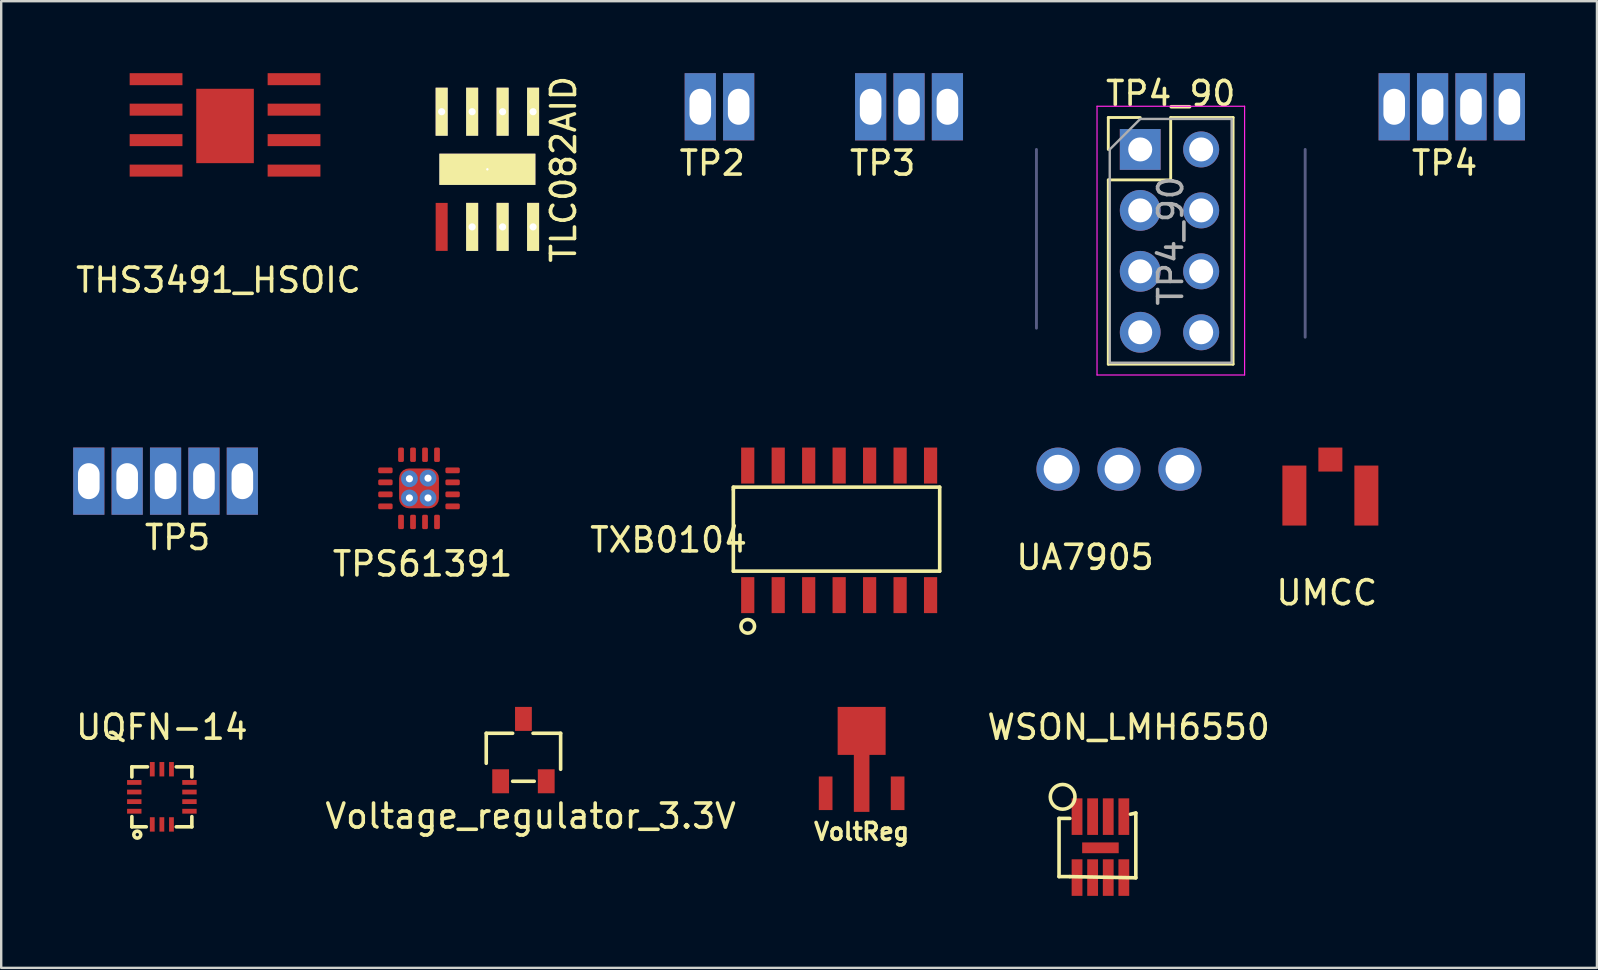
<source format=kicad_pcb>
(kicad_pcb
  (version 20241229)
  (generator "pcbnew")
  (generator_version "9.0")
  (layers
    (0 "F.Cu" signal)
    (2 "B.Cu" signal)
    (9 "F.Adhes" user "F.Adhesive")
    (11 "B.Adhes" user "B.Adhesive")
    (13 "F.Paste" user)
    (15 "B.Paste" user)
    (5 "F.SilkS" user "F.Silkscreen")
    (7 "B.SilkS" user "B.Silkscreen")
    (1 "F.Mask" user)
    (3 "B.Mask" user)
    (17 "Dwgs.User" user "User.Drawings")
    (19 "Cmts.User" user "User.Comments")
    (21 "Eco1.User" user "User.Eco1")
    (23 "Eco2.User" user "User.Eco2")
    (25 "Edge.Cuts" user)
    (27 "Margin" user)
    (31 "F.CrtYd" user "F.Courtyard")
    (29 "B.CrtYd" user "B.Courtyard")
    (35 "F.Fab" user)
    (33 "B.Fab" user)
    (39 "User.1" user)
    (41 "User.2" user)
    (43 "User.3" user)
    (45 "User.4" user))
  (footprint "WSON_LMH6550"
    (layer "F.Cu")
    (at 43.987 26.759)
    (property "Reference" "WSON_LMH6550" (at 0 0.5 0) (layer "F.SilkS") (effects (font (size 1 1) (thickness 0.15))))
    (attr through_hole)
    (fp_line (start -2.9 4.3) (end -2.9 6.725) (stroke (width 0.15) (type solid)) (layer "F.SilkS"))
    (fp_line (start -2.9 6.725) (end -2.45 6.725) (stroke (width 0.15) (type solid)) (layer "F.SilkS"))
    (fp_line (start -2.45 4.3) (end -2.9 4.3) (stroke (width 0.15) (type solid)) (layer "F.SilkS"))
    (fp_line (start -2.45 6.725) (end 0.3 6.775) (stroke (width 0.15) (type solid)) (layer "F.SilkS"))
    (fp_line (start 0.3 4.075) (end 0.075 4.125) (stroke (width 0.15) (type solid)) (layer "F.SilkS"))
    (fp_line (start 0.3 6.775) (end 0.3 4.075) (stroke (width 0.15) (type solid)) (layer "F.SilkS"))
    (fp_circle (center -2.75 3.4) (end -2.5 2.95) (stroke (width 0.15) (type solid)) (fill no) (layer "F.SilkS"))
    (pad "1" smd rect (at -2.15 4.225) (size 0.45 1.524) (layers "F.Cu" "F.Mask" "F.Paste"))
    (pad "2" smd rect (at -1.5 4.225) (size 0.45 1.524) (layers "F.Cu" "F.Mask" "F.Paste"))
    (pad "3" smd rect (at -0.85 4.225) (size 0.45 1.524) (layers "F.Cu" "F.Mask" "F.Paste"))
    (pad "4" smd rect (at -0.2 4.225) (size 0.45 1.524) (layers "F.Cu" "F.Mask" "F.Paste"))
    (pad "5" smd rect (at -0.2 6.765) (size 0.45 1.524) (layers "F.Cu" "F.Mask" "F.Paste"))
    (pad "6" smd rect (at -0.85 6.765) (size 0.45 1.524) (layers "F.Cu" "F.Mask" "F.Paste"))
    (pad "7" smd rect (at -1.5 6.765) (size 0.45 1.524) (layers "F.Cu" "F.Mask" "F.Paste"))
    (pad "8" smd rect (at -2.15 6.765) (size 0.45 1.524) (layers "F.Cu" "F.Mask" "F.Paste"))
    (pad "9" smd rect (at -1.175 5.525 90) (size 0.45 1.524) (layers "F.Cu" "F.Mask" "F.Paste")))
  (footprint "UQFN-14"
    (layer "F.Cu")
    (at 3.696 30.159)
    (property "Reference" "UQFN-14" (at 0 -2.9 0) (layer "F.SilkS") (effects (font (size 1 1) (thickness 0.15))))
    (attr smd)
    (fp_line (start -1.25 -1.25) (end -1.25 -0.825) (stroke (width 0.15) (type solid)) (layer "F.SilkS"))
    (fp_line (start -1.25 0.825) (end -1.25 1.25) (stroke (width 0.15) (type solid)) (layer "F.SilkS"))
    (fp_line (start -1.25 1.25) (end -0.65 1.25) (stroke (width 0.15) (type solid)) (layer "F.SilkS"))
    (fp_line (start -0.6 -1.25) (end -1.25 -1.25) (stroke (width 0.15) (type solid)) (layer "F.SilkS"))
    (fp_line (start 0.6 1.25) (end 1.25 1.25) (stroke (width 0.15) (type solid)) (layer "F.SilkS"))
    (fp_line (start 1.25 -1.25) (end 0.6 -1.25) (stroke (width 0.15) (type solid)) (layer "F.SilkS"))
    (fp_line (start 1.25 -0.825) (end 1.25 -1.25) (stroke (width 0.15) (type solid)) (layer "F.SilkS"))
    (fp_line (start 1.25 1.25) (end 1.25 0.825) (stroke (width 0.15) (type solid)) (layer "F.SilkS"))
    (fp_circle (center -1.025 1.575) (end -0.9 1.5) (stroke (width 0.15) (type solid)) (fill no) (layer "F.SilkS"))
    (pad "1" smd rect (at -0.4 1.15 90) (size 0.6 0.2) (layers "F.Cu" "F.Mask" "F.Paste"))
    (pad "2" smd rect (at 0 1.15 90) (size 0.6 0.2) (layers "F.Cu" "F.Mask" "F.Paste"))
    (pad "3" smd rect (at 0.4 1.15 90) (size 0.6 0.2) (layers "F.Cu" "F.Mask" "F.Paste"))
    (pad "4" smd rect (at 1.15 0.6) (size 0.6 0.2) (layers "F.Cu" "F.Mask" "F.Paste"))
    (pad "5" smd rect (at 1.15 0.2) (size 0.6 0.2) (layers "F.Cu" "F.Mask" "F.Paste"))
    (pad "6" smd rect (at 1.15 -0.2) (size 0.6 0.2) (layers "F.Cu" "F.Mask" "F.Paste"))
    (pad "7" smd rect (at 1.15 -0.6) (size 0.6 0.2) (layers "F.Cu" "F.Mask" "F.Paste"))
    (pad "8" smd rect (at 0.4 -1.15 90) (size 0.6 0.2) (layers "F.Cu" "F.Mask" "F.Paste"))
    (pad "9" smd rect (at 0 -1.15 90) (size 0.6 0.2) (layers "F.Cu" "F.Mask" "F.Paste"))
    (pad "10" smd rect (at -0.4 -1.15 90) (size 0.6 0.2) (layers "F.Cu" "F.Mask" "F.Paste"))
    (pad "11" smd rect (at -1.15 -0.6) (size 0.6 0.2) (layers "F.Cu" "F.Mask" "F.Paste"))
    (pad "12" smd rect (at -1.15 -0.2) (size 0.6 0.2) (layers "F.Cu" "F.Mask" "F.Paste"))
    (pad "13" smd rect (at -1.15 0.2) (size 0.6 0.2) (layers "F.Cu" "F.Mask" "F.Paste"))
    (pad "14" smd rect (at -1.15 0.6) (size 0.6 0.2) (layers "F.Cu" "F.Mask" "F.Paste")))
  (footprint "VoltReg"
    (layer "F.Cu")
    (at 32.86 30.011)
    (property "Reference" "VoltReg" (at 0 1.6 0) (layer "F.SilkS") (effects (font (size 0.7 0.7) (thickness 0.15))))
    (attr through_hole)
    (pad "1" smd rect (at 1.5 0) (size 0.57 1.4) (layers "F.Cu" "F.Mask" "F.Paste"))
    (pad "2" smd rect (at 0 -2.6) (size 2 2) (layers "F.Cu" "F.Mask" "F.Paste"))
    (pad "2" smd rect (at 0 -1.4) (size 0.65 4.35) (layers "F.Cu" "F.Mask" "F.Paste"))
    (pad "3" smd rect (at -1.5 0) (size 0.57 1.4) (layers "F.Cu" "F.Mask" "F.Paste")))
  (footprint "TP4"
    (layer "F.Cu")
    (at 55.055 0.65)
    (property "Reference" "TP4" (at 2.1 3.1 0) (layer "F.SilkS") (effects (font (size 1 1) (thickness 0.15))))
    (attr through_hole)
    (pad "1" thru_hole rect (at 4.8 0.75 90) (size 2.8 1.3) (drill oval 1.5 0.9) (layers "*.Cu" "*.Mask"))
    (pad "2" thru_hole rect (at 3.2 0.75 90) (size 2.8 1.3) (drill oval 1.5 0.9) (layers "*.Cu" "*.Mask"))
    (pad "3" thru_hole rect (at 1.6 0.75 90) (size 2.8 1.3) (drill oval 1.5 0.9) (layers "*.Cu" "*.Mask"))
    (pad "4" thru_hole rect (at 0 0.75 90) (size 2.8 1.3) (drill oval 1.5 0.9) (layers "*.Cu" "*.Mask")))
  (footprint "Voltage_regulator_3.3V"
    (layer "F.Cu")
    (at 17.815 29.511)
    (property "Reference" "Voltage_regulator_3.3V" (at 1.25 1.45 0) (layer "F.SilkS") (effects (font (size 1 1) (thickness 0.15))))
    (attr through_hole)
    (fp_line (start -0.6 -2) (end -0.6 -0.75) (stroke (width 0.15) (type solid)) (layer "F.SilkS"))
    (fp_line (start 0.5 -2) (end -0.6 -2) (stroke (width 0.15) (type solid)) (layer "F.SilkS"))
    (fp_line (start 0.5 0) (end 1.4 0) (stroke (width 0.15) (type solid)) (layer "F.SilkS"))
    (fp_line (start 1.35 -2) (end 2.5 -2) (stroke (width 0.15) (type solid)) (layer "F.SilkS"))
    (fp_line (start 2.5 -2) (end 2.5 -0.5) (stroke (width 0.15) (type solid)) (layer "F.SilkS"))
    (pad "1" smd rect (at 1.9 0) (size 0.7 1) (layers "F.Cu" "F.Mask" "F.Paste"))
    (pad "2" smd rect (at 0 0) (size 0.7 1) (layers "F.Cu" "F.Mask" "F.Paste"))
    (pad "3" smd rect (at 0.95 -2.6) (size 0.7 1) (layers "F.Cu" "F.Mask" "F.Paste")))
  (footprint "TP2"
    (layer "F.Cu")
    (at 24.535 0.65)
    (property "Reference" "TP2" (at 2.1 3.1 0) (layer "F.SilkS") (effects (font (size 1 1) (thickness 0.15))))
    (attr through_hole)
    (pad "1" thru_hole rect (at 3.2 0.75 90) (size 2.8 1.3) (drill oval 1.5 0.9) (layers "*.Cu" "*.Mask"))
    (pad "2" thru_hole rect (at 1.6 0.75 90) (size 2.8 1.3) (drill oval 1.5 0.9) (layers "*.Cu" "*.Mask")))
  (footprint "UA7905"
    (layer "F.Cu")
    (at 42.22 16.928)
    (property "Reference" "UA7905" (at -0.05 3.25 0) (layer "F.SilkS") (effects (font (size 1 1) (thickness 0.15))))
    (attr through_hole)
    (pad "1" thru_hole circle (at -1.175 -0.425) (size 1.8 1.8) (drill 1.2) (layers "*.Cu" "*.Mask"))
    (pad "2" thru_hole circle (at 1.365 -0.425) (size 1.8 1.8) (drill 1.2) (layers "*.Cu" "*.Mask"))
    (pad "3" thru_hole circle (at 3.905 -0.425) (size 1.8 1.8) (drill 1.2) (layers "*.Cu" "*.Mask")))
  (footprint "TP5"
    (layer "F.Cu")
    (at 2.25 16.253)
    (property "Reference" "TP5" (at 2.1 3.1 0) (layer "F.SilkS") (effects (font (size 1 1) (thickness 0.15))))
    (attr through_hole)
    (pad "1" thru_hole rect (at 4.8 0.75 90) (size 2.8 1.3) (drill oval 1.5 0.9) (layers "*.Cu" "*.Mask"))
    (pad "2" thru_hole rect (at 3.2 0.75 90) (size 2.8 1.3) (drill oval 1.5 0.9) (layers "*.Cu" "*.Mask"))
    (pad "3" thru_hole rect (at 1.6 0.75 90) (size 2.8 1.3) (drill oval 1.5 0.9) (layers "*.Cu" "*.Mask"))
    (pad "4" thru_hole rect (at 0 0.75 90) (size 2.8 1.3) (drill oval 1.5 0.9) (layers "*.Cu" "*.Mask"))
    (pad "5" thru_hole rect (at -1.6 0.75 90) (size 2.8 1.3) (drill oval 1.5 0.9) (layers "*.Cu" "*.Mask")))
  (footprint "THS3491_HSOIC"
    (layer "F.Cu")
    (at 6.329 2.2)
    (property "Reference" "THS3491_HSOIC" (at -0.275 6.425 0) (layer "F.SilkS") (effects (font (size 1 1) (thickness 0.15))))
    (attr through_hole)
    (pad "1" smd rect (at -2.875 -1.95) (size 2.2 0.5) (layers "F.Cu" "F.Mask" "F.Paste"))
    (pad "2" smd rect (at -2.875 -0.68) (size 2.2 0.5) (layers "F.Cu" "F.Mask" "F.Paste"))
    (pad "3" smd rect (at -2.875 0.59) (size 2.2 0.5) (layers "F.Cu" "F.Mask" "F.Paste"))
    (pad "4" smd rect (at -2.875 1.86) (size 2.2 0.5) (layers "F.Cu" "F.Mask" "F.Paste"))
    (pad "5" smd rect (at 2.875 1.86) (size 2.2 0.5) (layers "F.Cu" "F.Mask" "F.Paste"))
    (pad "6" smd rect (at 2.875 0.59) (size 2.2 0.5) (layers "F.Cu" "F.Mask" "F.Paste"))
    (pad "7" smd rect (at 2.875 -0.68) (size 2.2 0.5) (layers "F.Cu" "F.Mask" "F.Paste"))
    (pad "8" smd rect (at 2.875 -1.95) (size 2.2 0.5) (layers "F.Cu" "F.Mask" "F.Paste"))
    (pad "9" smd rect (at 0 0) (size 2.4 3.1) (layers "F.Cu" "F.Mask" "F.Paste")))
  (footprint "TPS61391"
    (layer "F.Cu")
    (at 14.413 17.303)
    (property "Reference" "TPS61391" (at 0.15 3.15 0) (layer "F.SilkS") (effects (font (size 1 1) (thickness 0.15))))
    (attr through_hole)
    (pad "1" smd roundrect (at -1.4 -0.75 90) (size 0.24 0.6) (layers "F.Cu" "F.Mask" "F.Paste") (roundrect_rratio 0.25))
    (pad "2" smd roundrect (at -1.4 -0.25 90) (size 0.24 0.6) (layers "F.Cu" "F.Mask" "F.Paste") (roundrect_rratio 0.25))
    (pad "3" smd roundrect (at -1.4 0.25 90) (size 0.24 0.6) (layers "F.Cu" "F.Mask" "F.Paste") (roundrect_rratio 0.25))
    (pad "4" smd roundrect (at -1.4 0.75 90) (size 0.24 0.6) (layers "F.Cu" "F.Mask" "F.Paste") (roundrect_rratio 0.25))
    (pad "5" smd roundrect (at -0.75 1.4) (size 0.24 0.6) (layers "F.Cu" "F.Mask" "F.Paste") (roundrect_rratio 0.25))
    (pad "6" smd roundrect (at -0.25 1.4) (size 0.24 0.6) (layers "F.Cu" "F.Mask" "F.Paste") (roundrect_rratio 0.25))
    (pad "7" smd roundrect (at 0.25 1.4) (size 0.24 0.6) (layers "F.Cu" "F.Mask" "F.Paste") (roundrect_rratio 0.25))
    (pad "8" smd roundrect (at 0.75 1.4) (size 0.24 0.6) (layers "F.Cu" "F.Mask" "F.Paste") (roundrect_rratio 0.25))
    (pad "9" smd roundrect (at 1.4 0.75 90) (size 0.24 0.6) (layers "F.Cu" "F.Mask" "F.Paste") (roundrect_rratio 0.25))
    (pad "10" smd roundrect (at 1.4 0.25 90) (size 0.24 0.6) (layers "F.Cu" "F.Mask" "F.Paste") (roundrect_rratio 0.25))
    (pad "11" smd roundrect (at 1.4 -0.25 90) (size 0.24 0.6) (layers "F.Cu" "F.Mask" "F.Paste") (roundrect_rratio 0.25))
    (pad "12" smd roundrect (at 1.4 -0.75 90) (size 0.24 0.6) (layers "F.Cu" "F.Mask" "F.Paste") (roundrect_rratio 0.25))
    (pad "13" smd roundrect (at 0.75 -1.4) (size 0.24 0.6) (layers "F.Cu" "F.Mask" "F.Paste") (roundrect_rratio 0.25))
    (pad "14" smd roundrect (at 0.25 -1.4) (size 0.24 0.6) (layers "F.Cu" "F.Mask" "F.Paste") (roundrect_rratio 0.25))
    (pad "15" smd roundrect (at -0.25 -1.4) (size 0.24 0.6) (layers "F.Cu" "F.Mask" "F.Paste") (roundrect_rratio 0.25))
    (pad "16" smd roundrect (at -0.75 -1.4) (size 0.24 0.6) (layers "F.Cu" "F.Mask" "F.Paste") (roundrect_rratio 0.25))
    (pad "17" thru_hole circle (at -0.4 -0.4) (size 0.7 0.7) (drill 0.3) (layers "*.Cu" "*.Mask"))
    (pad "17" thru_hole circle (at -0.4 0.4) (size 0.7 0.7) (drill 0.3) (layers "*.Cu" "*.Mask"))
    (pad "17" smd roundrect (at 0 0) (size 1.66 1.66) (layers "F.Cu" "F.Mask" "F.Paste") (roundrect_rratio 0.25))
    (pad "17" thru_hole circle (at 0.375 -0.425) (size 0.7 0.7) (drill 0.3) (layers "*.Cu" "*.Mask"))
    (pad "17" thru_hole circle (at 0.375 0.4) (size 0.7 0.7) (drill 0.3) (layers "*.Cu" "*.Mask")))
  (footprint "TP3"
    (layer "F.Cu")
    (at 31.635 0.65)
    (property "Reference" "TP3" (at 2.1 3.1 0) (layer "F.SilkS") (effects (font (size 1 1) (thickness 0.15))))
    (attr through_hole)
    (pad "1" thru_hole rect (at 4.8 0.75 90) (size 2.8 1.3) (drill oval 1.5 0.9) (layers "*.Cu" "*.Mask"))
    (pad "2" thru_hole rect (at 3.2 0.75 90) (size 2.8 1.3) (drill oval 1.5 0.9) (layers "*.Cu" "*.Mask"))
    (pad "3" thru_hole rect (at 1.6 0.75 90) (size 2.8 1.3) (drill oval 1.5 0.9) (layers "*.Cu" "*.Mask")))
  (footprint "TXB0104"
    (layer "F.Cu")
    (at 28.113 16.353)
    (property "Reference" "TXB0104" (at -3.3 3.1 0) (layer "F.SilkS") (effects (font (size 1 1) (thickness 0.15))))
    (attr through_hole)
    (fp_line (start -0.6 0.9) (end -0.6 1) (stroke (width 0.15) (type solid)) (layer "F.SilkS"))
    (fp_line (start -0.6 1) (end -0.6 4.4) (stroke (width 0.15) (type solid)) (layer "F.SilkS"))
    (fp_line (start -0.6 4.4) (end 8 4.4) (stroke (width 0.15) (type solid)) (layer "F.SilkS"))
    (fp_line (start 8 0.9) (end -0.6 0.9) (stroke (width 0.15) (type solid)) (layer "F.SilkS"))
    (fp_line (start 8 4.4) (end 8 0.9) (stroke (width 0.15) (type solid)) (layer "F.SilkS"))
    (fp_circle (center 0 6.7) (end 0.2 6.5) (stroke (width 0.15) (type solid)) (fill no) (layer "F.SilkS"))
    (pad "1" smd rect (at 0 5.4) (size 0.55 1.5) (layers "F.Cu" "F.Mask" "F.Paste"))
    (pad "2" smd rect (at 1.27 5.4) (size 0.55 1.5) (layers "F.Cu" "F.Mask" "F.Paste"))
    (pad "3" smd rect (at 2.54 5.4) (size 0.55 1.5) (layers "F.Cu" "F.Mask" "F.Paste"))
    (pad "4" smd rect (at 3.81 5.4) (size 0.55 1.5) (layers "F.Cu" "F.Mask" "F.Paste"))
    (pad "5" smd rect (at 5.08 5.4) (size 0.55 1.5) (layers "F.Cu" "F.Mask" "F.Paste"))
    (pad "6" smd rect (at 6.35 5.4) (size 0.55 1.5) (layers "F.Cu" "F.Mask" "F.Paste"))
    (pad "7" smd rect (at 7.62 5.4) (size 0.55 1.5) (layers "F.Cu" "F.Mask" "F.Paste"))
    (pad "8" smd rect (at 0 0) (size 0.55 1.5) (layers "F.Cu" "F.Mask" "F.Paste"))
    (pad "9" smd rect (at 1.27 0) (size 0.55 1.5) (layers "F.Cu" "F.Mask" "F.Paste"))
    (pad "10" smd rect (at 2.54 0) (size 0.55 1.5) (layers "F.Cu" "F.Mask" "F.Paste"))
    (pad "11" smd rect (at 3.81 0) (size 0.55 1.5) (layers "F.Cu" "F.Mask" "F.Paste"))
    (pad "12" smd rect (at 5.08 0) (size 0.55 1.5) (layers "F.Cu" "F.Mask" "F.Paste"))
    (pad "15" smd rect (at 6.35 0) (size 0.55 1.5) (layers "F.Cu" "F.Mask" "F.Paste"))
    (pad "16" smd rect (at 7.62 0) (size 0.55 1.5) (layers "F.Cu" "F.Mask" "F.Paste")))
  (footprint "TLC082AID"
    (layer "F.Cu")
    (at 17.262 4.006)
    (property "Reference" "TLC082AID" (at 3.175 0 90) (layer "F.SilkS") (effects (font (size 1 1) (thickness 0.15))))
    (attr through_hole)
    (pad "1" smd rect (at -1.905 2.4) (size 0.5 2) (layers "F.Cu" "F.Mask" "F.Paste"))
    (pad "2" thru_hole rect (at -0.635 2.4) (size 0.5 2) (drill 0.3) (layers "*.Cu" "*.Mask" "F.SilkS"))
    (pad "3" thru_hole rect (at 0.635 2.4) (size 0.5 2) (drill 0.3) (layers "*.Cu" "*.Mask" "F.SilkS"))
    (pad "4" thru_hole rect (at 1.905 2.4) (size 0.5 2) (drill 0.3) (layers "*.Cu" "*.Mask" "F.SilkS"))
    (pad "5" thru_hole rect (at 1.905 -2.4) (size 0.5 2) (drill 0.3) (layers "*.Cu" "*.Mask" "F.SilkS"))
    (pad "6" thru_hole rect (at 0.635 -2.4) (size 0.5 2) (drill 0.3) (layers "*.Cu" "*.Mask" "F.SilkS"))
    (pad "7" thru_hole rect (at -0.635 -2.4) (size 0.5 2) (drill 0.3) (layers "*.Cu" "*.Mask" "F.SilkS"))
    (pad "8" thru_hole rect (at -1.905 -2.4) (size 0.5 2) (drill 0.3) (layers "*.Cu" "*.Mask" "F.SilkS"))
    (pad "9" thru_hole rect (at 0 0) (size 4 1.3) (drill 0.1) (layers "*.Cu" "*.Mask" "F.SilkS")))
  (footprint "UMCC"
    (layer "F.Cu")
    (at 52.395 17.603)
    (property "Reference" "UMCC" (at -0.15 4.05 0) (layer "F.SilkS") (effects (font (size 1 1) (thickness 0.15))))
    (attr through_hole)
    (pad "1" smd rect (at 0 -1.5) (size 1 1) (layers "F.Cu" "F.Mask" "F.Paste"))
    (pad "2" smd rect (at -1.5 0) (size 1 2.5) (layers "F.Cu" "F.Mask" "F.Paste"))
    (pad "2" smd rect (at 1.5 0) (size 1 2.5) (layers "F.Cu" "F.Mask" "F.Paste")))
  (footprint "TP4_90"
    (layer "F.Cu")
    (at 44.47 3.178)
    (property "Reference" "TP4_90" (at 1.27 -2.33 0) (layer "F.SilkS") (effects (font (size 1 1) (thickness 0.15))))
    (attr through_hole)
    (fp_line (start -1.33 -1.33) (end 0 -1.33) (stroke (width 0.12) (type solid)) (layer "F.SilkS"))
    (fp_line (start -1.33 0) (end -1.33 -1.33) (stroke (width 0.12) (type solid)) (layer "F.SilkS"))
    (fp_line (start -1.33 1.27) (end -1.33 8.95) (stroke (width 0.12) (type solid)) (layer "F.SilkS"))
    (fp_line (start -1.33 1.27) (end 1.27 1.27) (stroke (width 0.12) (type solid)) (layer "F.SilkS"))
    (fp_line (start -1.33 8.95) (end 3.87 8.95) (stroke (width 0.12) (type solid)) (layer "F.SilkS"))
    (fp_line (start 1.27 -1.33) (end 3.87 -1.33) (stroke (width 0.12) (type solid)) (layer "F.SilkS"))
    (fp_line (start 1.27 1.27) (end 1.27 -1.33) (stroke (width 0.12) (type solid)) (layer "F.SilkS"))
    (fp_line (start 3.87 -1.33) (end 3.87 8.95) (stroke (width 0.12) (type solid)) (layer "F.SilkS"))
    (fp_line (start -1.8 -1.8) (end -1.8 9.4) (stroke (width 0.05) (type solid)) (layer "F.CrtYd"))
    (fp_line (start -1.8 9.4) (end 4.35 9.4) (stroke (width 0.05) (type solid)) (layer "F.CrtYd"))
    (fp_line (start 4.35 -1.8) (end -1.8 -1.8) (stroke (width 0.05) (type solid)) (layer "F.CrtYd"))
    (fp_line (start 4.35 9.4) (end 4.35 -1.8) (stroke (width 0.05) (type solid)) (layer "F.CrtYd"))
    (fp_line (start -4.325 0) (end -4.325 7.45) (stroke (width 0.12) (type solid)) (layer "B.Fab"))
    (fp_line (start 6.875 0) (end 6.875 7.825) (stroke (width 0.12) (type solid)) (layer "B.Fab"))
    (fp_line (start -1.27 0) (end 0 -1.27) (stroke (width 0.1) (type solid)) (layer "F.Fab"))
    (fp_line (start -1.27 8.89) (end -1.27 0) (stroke (width 0.1) (type solid)) (layer "F.Fab"))
    (fp_line (start 0 -1.27) (end 3.81 -1.27) (stroke (width 0.1) (type solid)) (layer "F.Fab"))
    (fp_line (start 3.81 -1.27) (end 3.81 8.89) (stroke (width 0.1) (type solid)) (layer "F.Fab"))
    (fp_line (start 3.81 8.89) (end -1.27 8.89) (stroke (width 0.1) (type solid)) (layer "F.Fab"))
    (fp_text user "${REFERENCE}" (at 1.27 3.81 90) (layer "F.Fab") (effects (font (size 1 1) (thickness 0.15))))
    (pad "1" thru_hole rect (at 0 0) (size 1.7 1.7) (drill 1) (layers "*.Cu" "*.Mask"))
    (pad "2" thru_hole oval (at 2.54 0) (size 1.5 1.5) (drill 1) (layers "*.Cu" "*.Mask"))
    (pad "3" thru_hole oval (at 0 2.54) (size 1.7 1.7) (drill 1) (layers "*.Cu" "*.Mask"))
    (pad "4" thru_hole oval (at 2.54 2.54) (size 1.5 1.5) (drill 1) (layers "*.Cu" "*.Mask"))
    (pad "5" thru_hole oval (at 0 5.08) (size 1.7 1.7) (drill 1) (layers "*.Cu" "*.Mask"))
    (pad "6" thru_hole oval (at 2.54 5.08) (size 1.5 1.5) (drill 1) (layers "*.Cu" "*.Mask"))
    (pad "7" thru_hole oval (at 0 7.62) (size 1.7 1.7) (drill 1) (layers "*.Cu" "*.Mask"))
    (pad "8" thru_hole oval (at 2.54 7.62) (size 1.5 1.5) (drill 1) (layers "*.Cu" "*.Mask")))
  (gr_rect
    (start -3 -3)
    (end 63.505 37.286)
    (stroke (width 0.1) (type default))
    (fill no)
    (layer "Edge.Cuts")))
</source>
